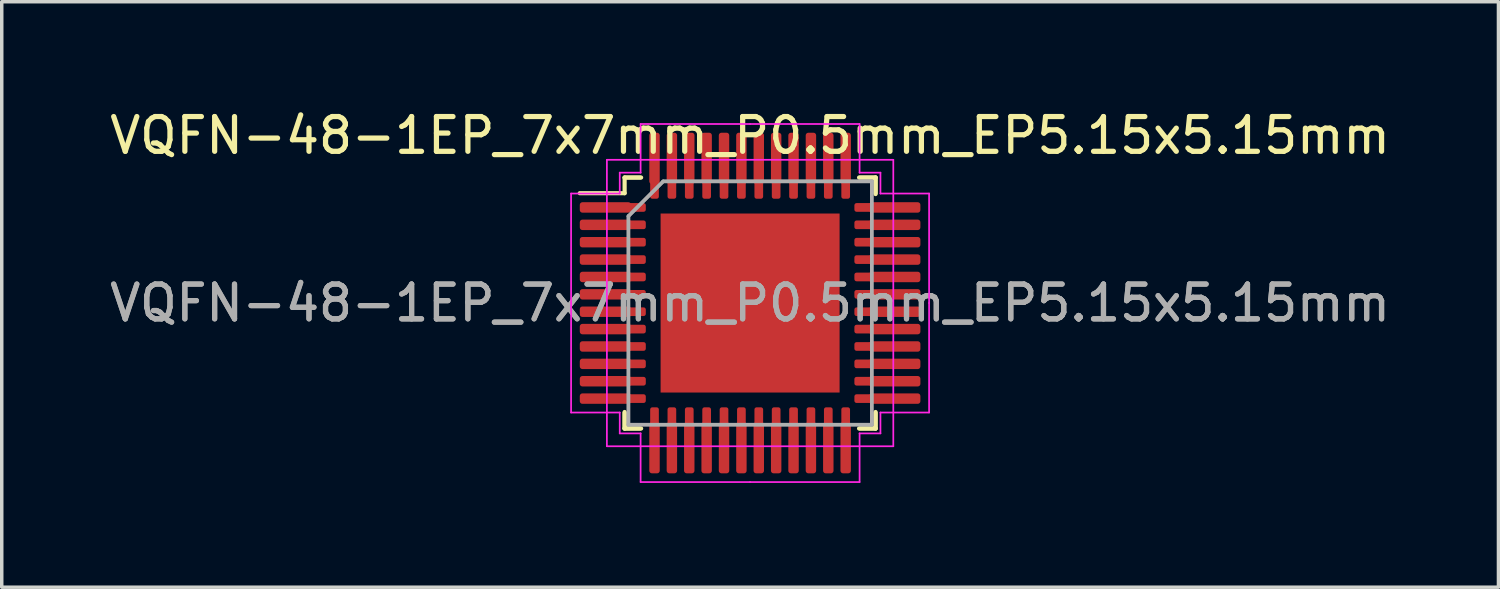
<source format=kicad_pcb>
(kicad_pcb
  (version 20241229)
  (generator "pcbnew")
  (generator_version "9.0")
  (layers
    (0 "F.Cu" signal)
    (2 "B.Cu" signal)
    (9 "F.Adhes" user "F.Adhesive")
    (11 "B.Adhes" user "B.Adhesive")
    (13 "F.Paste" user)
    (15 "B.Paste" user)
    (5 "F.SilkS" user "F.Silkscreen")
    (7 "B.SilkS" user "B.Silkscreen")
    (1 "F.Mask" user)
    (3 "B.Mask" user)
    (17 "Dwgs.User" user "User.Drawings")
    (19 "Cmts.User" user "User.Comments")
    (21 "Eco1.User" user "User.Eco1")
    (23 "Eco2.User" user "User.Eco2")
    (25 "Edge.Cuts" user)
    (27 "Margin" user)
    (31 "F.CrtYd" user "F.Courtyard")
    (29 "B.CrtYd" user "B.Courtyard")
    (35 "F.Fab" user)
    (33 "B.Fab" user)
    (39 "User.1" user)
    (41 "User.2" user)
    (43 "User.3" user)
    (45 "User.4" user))
  (footprint "VQFN-48-1EP_7x7mm_P0.5mm_EP5.15x5.15mm"
    (layer "F.Cu")
    (at 18.53 5.668)
    (property "Reference" "VQFN-48-1EP_7x7mm_P0.5mm_EP5.15x5.15mm" (at 0 -4.82 0) (layer "F.SilkS") (effects (font (size 1 1) (thickness 0.15))))
    (attr smd)
    (fp_line (start -3.61 -3.61) (end -3.61 -3.16) (stroke (width 0.12) (type solid)) (layer "F.SilkS"))
    (fp_line (start -3.61 -3.16) (end -4.9 -3.16) (stroke (width 0.12) (type solid)) (layer "F.SilkS"))
    (fp_line (start -3.61 3.61) (end -3.61 3.135) (stroke (width 0.12) (type solid)) (layer "F.SilkS"))
    (fp_line (start -3.61 3.61) (end -3.61 3.16) (stroke (width 0.12) (type solid)) (layer "F.SilkS"))
    (fp_line (start -3.16 -3.61) (end -3.61 -3.61) (stroke (width 0.12) (type solid)) (layer "F.SilkS"))
    (fp_line (start -3.16 3.61) (end -3.61 3.61) (stroke (width 0.12) (type solid)) (layer "F.SilkS"))
    (fp_line (start -3.135 -3.61) (end -3.61 -3.61) (stroke (width 0.12) (type solid)) (layer "F.SilkS"))
    (fp_line (start -3.135 3.61) (end -3.61 3.61) (stroke (width 0.12) (type solid)) (layer "F.SilkS"))
    (fp_line (start 3.135 -3.61) (end 3.61 -3.61) (stroke (width 0.12) (type solid)) (layer "F.SilkS"))
    (fp_line (start 3.135 3.61) (end 3.61 3.61) (stroke (width 0.12) (type solid)) (layer "F.SilkS"))
    (fp_line (start 3.16 -3.61) (end 3.61 -3.61) (stroke (width 0.12) (type solid)) (layer "F.SilkS"))
    (fp_line (start 3.16 3.61) (end 3.61 3.61) (stroke (width 0.12) (type solid)) (layer "F.SilkS"))
    (fp_line (start 3.61 -3.61) (end 3.61 -3.16) (stroke (width 0.12) (type solid)) (layer "F.SilkS"))
    (fp_line (start 3.61 -3.61) (end 3.61 -3.135) (stroke (width 0.12) (type solid)) (layer "F.SilkS"))
    (fp_line (start 3.61 3.61) (end 3.61 3.135) (stroke (width 0.12) (type solid)) (layer "F.SilkS"))
    (fp_line (start 3.61 3.61) (end 3.61 3.16) (stroke (width 0.12) (type solid)) (layer "F.SilkS"))
    (fp_line (start -5.15 -3.15) (end -5.15 0) (stroke (width 0.05) (type solid)) (layer "F.CrtYd"))
    (fp_line (start -5.15 3.15) (end -5.15 0) (stroke (width 0.05) (type solid)) (layer "F.CrtYd"))
    (fp_line (start -4.12 -4.12) (end -4.12 4.12) (stroke (width 0.05) (type solid)) (layer "F.CrtYd"))
    (fp_line (start -4.12 4.12) (end 4.12 4.12) (stroke (width 0.05) (type solid)) (layer "F.CrtYd"))
    (fp_line (start -3.75 -3.75) (end -3.75 -3.15) (stroke (width 0.05) (type solid)) (layer "F.CrtYd"))
    (fp_line (start -3.75 -3.15) (end -5.15 -3.15) (stroke (width 0.05) (type solid)) (layer "F.CrtYd"))
    (fp_line (start -3.75 3.15) (end -5.15 3.15) (stroke (width 0.05) (type solid)) (layer "F.CrtYd"))
    (fp_line (start -3.75 3.75) (end -3.75 3.15) (stroke (width 0.05) (type solid)) (layer "F.CrtYd"))
    (fp_line (start -3.15 -5.15) (end -3.15 -3.75) (stroke (width 0.05) (type solid)) (layer "F.CrtYd"))
    (fp_line (start -3.15 -3.75) (end -3.75 -3.75) (stroke (width 0.05) (type solid)) (layer "F.CrtYd"))
    (fp_line (start -3.15 3.75) (end -3.75 3.75) (stroke (width 0.05) (type solid)) (layer "F.CrtYd"))
    (fp_line (start -3.15 5.15) (end -3.15 3.75) (stroke (width 0.05) (type solid)) (layer "F.CrtYd"))
    (fp_line (start 0 -5.15) (end -3.15 -5.15) (stroke (width 0.05) (type solid)) (layer "F.CrtYd"))
    (fp_line (start 0 -5.15) (end 3.15 -5.15) (stroke (width 0.05) (type solid)) (layer "F.CrtYd"))
    (fp_line (start 0 5.15) (end -3.15 5.15) (stroke (width 0.05) (type solid)) (layer "F.CrtYd"))
    (fp_line (start 0 5.15) (end 3.15 5.15) (stroke (width 0.05) (type solid)) (layer "F.CrtYd"))
    (fp_line (start 3.15 -5.15) (end 3.15 -3.75) (stroke (width 0.05) (type solid)) (layer "F.CrtYd"))
    (fp_line (start 3.15 -3.75) (end 3.75 -3.75) (stroke (width 0.05) (type solid)) (layer "F.CrtYd"))
    (fp_line (start 3.15 3.75) (end 3.75 3.75) (stroke (width 0.05) (type solid)) (layer "F.CrtYd"))
    (fp_line (start 3.15 5.15) (end 3.15 3.75) (stroke (width 0.05) (type solid)) (layer "F.CrtYd"))
    (fp_line (start 3.75 -3.75) (end 3.75 -3.15) (stroke (width 0.05) (type solid)) (layer "F.CrtYd"))
    (fp_line (start 3.75 -3.15) (end 5.15 -3.15) (stroke (width 0.05) (type solid)) (layer "F.CrtYd"))
    (fp_line (start 3.75 3.15) (end 5.15 3.15) (stroke (width 0.05) (type solid)) (layer "F.CrtYd"))
    (fp_line (start 3.75 3.75) (end 3.75 3.15) (stroke (width 0.05) (type solid)) (layer "F.CrtYd"))
    (fp_line (start 4.12 -4.12) (end -4.12 -4.12) (stroke (width 0.05) (type solid)) (layer "F.CrtYd"))
    (fp_line (start 4.12 4.12) (end 4.12 -4.12) (stroke (width 0.05) (type solid)) (layer "F.CrtYd"))
    (fp_line (start 5.15 -3.15) (end 5.15 0) (stroke (width 0.05) (type solid)) (layer "F.CrtYd"))
    (fp_line (start 5.15 3.15) (end 5.15 0) (stroke (width 0.05) (type solid)) (layer "F.CrtYd"))
    (fp_line (start -3.5 -2.5) (end -2.5 -3.5) (stroke (width 0.1) (type solid)) (layer "F.Fab"))
    (fp_line (start -3.5 -2.5) (end -2.5 -3.5) (stroke (width 0.1) (type solid)) (layer "F.Fab"))
    (fp_line (start -3.5 3.5) (end -3.5 -2.5) (stroke (width 0.1) (type solid)) (layer "F.Fab"))
    (fp_line (start -3.5 3.5) (end -3.5 -2.5) (stroke (width 0.1) (type solid)) (layer "F.Fab"))
    (fp_line (start -2.5 -3.5) (end 3.5 -3.5) (stroke (width 0.1) (type solid)) (layer "F.Fab"))
    (fp_line (start -2.5 -3.5) (end 3.5 -3.5) (stroke (width 0.1) (type solid)) (layer "F.Fab"))
    (fp_line (start 3.5 -3.5) (end 3.5 3.5) (stroke (width 0.1) (type solid)) (layer "F.Fab"))
    (fp_line (start 3.5 -3.5) (end 3.5 3.5) (stroke (width 0.1) (type solid)) (layer "F.Fab"))
    (fp_line (start 3.5 3.5) (end -3.5 3.5) (stroke (width 0.1) (type solid)) (layer "F.Fab"))
    (fp_line (start 3.5 3.5) (end -3.5 3.5) (stroke (width 0.1) (type solid)) (layer "F.Fab"))
    (fp_text user "${REFERENCE}" (at 0 0 0) (layer "F.Fab") (effects (font (size 1 1) (thickness 0.15))))
    (fp_text user "${REFERENCE}" (at 0 0 0) (layer "F.Fab") (effects (font (size 1 1) (thickness 0.15))))
    (pad "" smd roundrect (at -1.29 -1.29) (size 2.08 2.08) (layers "F.Paste") (roundrect_rratio 0.12))
    (pad "" smd roundrect (at -1.29 1.29) (size 2.08 2.08) (layers "F.Paste") (roundrect_rratio 0.12))
    (pad "" smd roundrect (at 1.29 -1.29) (size 2.08 2.08) (layers "F.Paste") (roundrect_rratio 0.12))
    (pad "" smd roundrect (at 1.29 1.29) (size 2.08 2.08) (layers "F.Paste") (roundrect_rratio 0.12))
    (pad "1" smd roundrect (at -4.162 -2.75) (size 1.475 0.3) (layers "F.Cu" "F.Mask" "F.Paste") (roundrect_rratio 0.25))
    (pad "1" smd roundrect (at -3.438 -2.75) (size 0.875 0.25) (layers "F.Cu" "F.Mask" "F.Paste") (roundrect_rratio 0.25))
    (pad "2" smd roundrect (at -4.162 -2.25) (size 1.475 0.3) (layers "F.Cu" "F.Mask" "F.Paste") (roundrect_rratio 0.25))
    (pad "2" smd roundrect (at -3.438 -2.25) (size 0.875 0.25) (layers "F.Cu" "F.Mask" "F.Paste") (roundrect_rratio 0.25))
    (pad "3" smd roundrect (at -4.162 -1.75) (size 1.475 0.3) (layers "F.Cu" "F.Mask" "F.Paste") (roundrect_rratio 0.25))
    (pad "3" smd roundrect (at -3.438 -1.75) (size 0.875 0.25) (layers "F.Cu" "F.Mask" "F.Paste") (roundrect_rratio 0.25))
    (pad "4" smd roundrect (at -4.162 -1.25) (size 1.475 0.3) (layers "F.Cu" "F.Mask" "F.Paste") (roundrect_rratio 0.25))
    (pad "4" smd roundrect (at -3.438 -1.25) (size 0.875 0.25) (layers "F.Cu" "F.Mask" "F.Paste") (roundrect_rratio 0.25))
    (pad "5" smd roundrect (at -4.162 -0.75) (size 1.475 0.3) (layers "F.Cu" "F.Mask" "F.Paste") (roundrect_rratio 0.25))
    (pad "5" smd roundrect (at -3.438 -0.75) (size 0.875 0.25) (layers "F.Cu" "F.Mask" "F.Paste") (roundrect_rratio 0.25))
    (pad "6" smd roundrect (at -4.162 -0.25) (size 1.475 0.3) (layers "F.Cu" "F.Mask" "F.Paste") (roundrect_rratio 0.25))
    (pad "6" smd roundrect (at -3.438 -0.25) (size 0.875 0.25) (layers "F.Cu" "F.Mask" "F.Paste") (roundrect_rratio 0.25))
    (pad "7" smd roundrect (at -4.162 0.25) (size 1.475 0.3) (layers "F.Cu" "F.Mask" "F.Paste") (roundrect_rratio 0.25))
    (pad "7" smd roundrect (at -3.438 0.25) (size 0.875 0.25) (layers "F.Cu" "F.Mask" "F.Paste") (roundrect_rratio 0.25))
    (pad "8" smd roundrect (at -4.162 0.75) (size 1.475 0.3) (layers "F.Cu" "F.Mask" "F.Paste") (roundrect_rratio 0.25))
    (pad "8" smd roundrect (at -3.438 0.75) (size 0.875 0.25) (layers "F.Cu" "F.Mask" "F.Paste") (roundrect_rratio 0.25))
    (pad "9" smd roundrect (at -4.162 1.25) (size 1.475 0.3) (layers "F.Cu" "F.Mask" "F.Paste") (roundrect_rratio 0.25))
    (pad "9" smd roundrect (at -3.438 1.25) (size 0.875 0.25) (layers "F.Cu" "F.Mask" "F.Paste") (roundrect_rratio 0.25))
    (pad "10" smd roundrect (at -4.162 1.75) (size 1.475 0.3) (layers "F.Cu" "F.Mask" "F.Paste") (roundrect_rratio 0.25))
    (pad "10" smd roundrect (at -3.438 1.75) (size 0.875 0.25) (layers "F.Cu" "F.Mask" "F.Paste") (roundrect_rratio 0.25))
    (pad "11" smd roundrect (at -4.162 2.25) (size 1.475 0.3) (layers "F.Cu" "F.Mask" "F.Paste") (roundrect_rratio 0.25))
    (pad "11" smd roundrect (at -3.438 2.25) (size 0.875 0.25) (layers "F.Cu" "F.Mask" "F.Paste") (roundrect_rratio 0.25))
    (pad "12" smd roundrect (at -4.162 2.75) (size 1.475 0.3) (layers "F.Cu" "F.Mask" "F.Paste") (roundrect_rratio 0.25))
    (pad "12" smd roundrect (at -3.438 2.75) (size 0.875 0.25) (layers "F.Cu" "F.Mask" "F.Paste") (roundrect_rratio 0.25))
    (pad "13" smd roundrect (at -2.75 3.438) (size 0.25 0.875) (layers "F.Cu" "F.Mask" "F.Paste") (roundrect_rratio 0.25))
    (pad "13" smd roundrect (at -2.75 4.162) (size 0.3 1.475) (layers "F.Cu" "F.Mask" "F.Paste") (roundrect_rratio 0.25))
    (pad "14" smd roundrect (at -2.25 3.438) (size 0.25 0.875) (layers "F.Cu" "F.Mask" "F.Paste") (roundrect_rratio 0.25))
    (pad "14" smd roundrect (at -2.25 4.162) (size 0.3 1.475) (layers "F.Cu" "F.Mask" "F.Paste") (roundrect_rratio 0.25))
    (pad "15" smd roundrect (at -1.75 3.438) (size 0.25 0.875) (layers "F.Cu" "F.Mask" "F.Paste") (roundrect_rratio 0.25))
    (pad "15" smd roundrect (at -1.75 4.162) (size 0.3 1.475) (layers "F.Cu" "F.Mask" "F.Paste") (roundrect_rratio 0.25))
    (pad "16" smd roundrect (at -1.25 3.438) (size 0.25 0.875) (layers "F.Cu" "F.Mask" "F.Paste") (roundrect_rratio 0.25))
    (pad "16" smd roundrect (at -1.25 4.162) (size 0.3 1.475) (layers "F.Cu" "F.Mask" "F.Paste") (roundrect_rratio 0.25))
    (pad "17" smd roundrect (at -0.75 3.438) (size 0.25 0.875) (layers "F.Cu" "F.Mask" "F.Paste") (roundrect_rratio 0.25))
    (pad "17" smd roundrect (at -0.75 4.162) (size 0.3 1.475) (layers "F.Cu" "F.Mask" "F.Paste") (roundrect_rratio 0.25))
    (pad "18" smd roundrect (at -0.25 3.438) (size 0.25 0.875) (layers "F.Cu" "F.Mask" "F.Paste") (roundrect_rratio 0.25))
    (pad "18" smd roundrect (at -0.25 4.162) (size 0.3 1.475) (layers "F.Cu" "F.Mask" "F.Paste") (roundrect_rratio 0.25))
    (pad "19" smd roundrect (at 0.25 3.438) (size 0.25 0.875) (layers "F.Cu" "F.Mask" "F.Paste") (roundrect_rratio 0.25))
    (pad "19" smd roundrect (at 0.25 4.162) (size 0.3 1.475) (layers "F.Cu" "F.Mask" "F.Paste") (roundrect_rratio 0.25))
    (pad "20" smd roundrect (at 0.75 3.438) (size 0.25 0.875) (layers "F.Cu" "F.Mask" "F.Paste") (roundrect_rratio 0.25))
    (pad "20" smd roundrect (at 0.75 4.162) (size 0.3 1.475) (layers "F.Cu" "F.Mask" "F.Paste") (roundrect_rratio 0.25))
    (pad "21" smd roundrect (at 1.25 3.438) (size 0.25 0.875) (layers "F.Cu" "F.Mask" "F.Paste") (roundrect_rratio 0.25))
    (pad "21" smd roundrect (at 1.25 4.162) (size 0.3 1.475) (layers "F.Cu" "F.Mask" "F.Paste") (roundrect_rratio 0.25))
    (pad "22" smd roundrect (at 1.75 3.438) (size 0.25 0.875) (layers "F.Cu" "F.Mask" "F.Paste") (roundrect_rratio 0.25))
    (pad "22" smd roundrect (at 1.75 4.162) (size 0.3 1.475) (layers "F.Cu" "F.Mask" "F.Paste") (roundrect_rratio 0.25))
    (pad "23" smd roundrect (at 2.25 3.438) (size 0.25 0.875) (layers "F.Cu" "F.Mask" "F.Paste") (roundrect_rratio 0.25))
    (pad "23" smd roundrect (at 2.25 4.162) (size 0.3 1.475) (layers "F.Cu" "F.Mask" "F.Paste") (roundrect_rratio 0.25))
    (pad "24" smd roundrect (at 2.75 3.438) (size 0.25 0.875) (layers "F.Cu" "F.Mask" "F.Paste") (roundrect_rratio 0.25))
    (pad "24" smd roundrect (at 2.75 4.162) (size 0.3 1.475) (layers "F.Cu" "F.Mask" "F.Paste") (roundrect_rratio 0.25))
    (pad "25" smd roundrect (at 3.438 2.75) (size 0.875 0.25) (layers "F.Cu" "F.Mask" "F.Paste") (roundrect_rratio 0.25))
    (pad "25" smd roundrect (at 4.162 2.75) (size 1.475 0.3) (layers "F.Cu" "F.Mask" "F.Paste") (roundrect_rratio 0.25))
    (pad "26" smd roundrect (at 3.438 2.25) (size 0.875 0.25) (layers "F.Cu" "F.Mask" "F.Paste") (roundrect_rratio 0.25))
    (pad "26" smd roundrect (at 4.162 2.25) (size 1.475 0.3) (layers "F.Cu" "F.Mask" "F.Paste") (roundrect_rratio 0.25))
    (pad "27" smd roundrect (at 3.438 1.75) (size 0.875 0.25) (layers "F.Cu" "F.Mask" "F.Paste") (roundrect_rratio 0.25))
    (pad "27" smd roundrect (at 4.162 1.75) (size 1.475 0.3) (layers "F.Cu" "F.Mask" "F.Paste") (roundrect_rratio 0.25))
    (pad "28" smd roundrect (at 3.438 1.25) (size 0.875 0.25) (layers "F.Cu" "F.Mask" "F.Paste") (roundrect_rratio 0.25))
    (pad "28" smd roundrect (at 4.162 1.25) (size 1.475 0.3) (layers "F.Cu" "F.Mask" "F.Paste") (roundrect_rratio 0.25))
    (pad "29" smd roundrect (at 3.438 0.75) (size 0.875 0.25) (layers "F.Cu" "F.Mask" "F.Paste") (roundrect_rratio 0.25))
    (pad "29" smd roundrect (at 4.162 0.75) (size 1.475 0.3) (layers "F.Cu" "F.Mask" "F.Paste") (roundrect_rratio 0.25))
    (pad "30" smd roundrect (at 3.438 0.25) (size 0.875 0.25) (layers "F.Cu" "F.Mask" "F.Paste") (roundrect_rratio 0.25))
    (pad "30" smd roundrect (at 4.162 0.25) (size 1.475 0.3) (layers "F.Cu" "F.Mask" "F.Paste") (roundrect_rratio 0.25))
    (pad "31" smd roundrect (at 3.438 -0.25) (size 0.875 0.25) (layers "F.Cu" "F.Mask" "F.Paste") (roundrect_rratio 0.25))
    (pad "31" smd roundrect (at 4.162 -0.25) (size 1.475 0.3) (layers "F.Cu" "F.Mask" "F.Paste") (roundrect_rratio 0.25))
    (pad "32" smd roundrect (at 3.438 -0.75) (size 0.875 0.25) (layers "F.Cu" "F.Mask" "F.Paste") (roundrect_rratio 0.25))
    (pad "32" smd roundrect (at 4.162 -0.75) (size 1.475 0.3) (layers "F.Cu" "F.Mask" "F.Paste") (roundrect_rratio 0.25))
    (pad "33" smd roundrect (at 3.438 -1.25) (size 0.875 0.25) (layers "F.Cu" "F.Mask" "F.Paste") (roundrect_rratio 0.25))
    (pad "33" smd roundrect (at 4.162 -1.25) (size 1.475 0.3) (layers "F.Cu" "F.Mask" "F.Paste") (roundrect_rratio 0.25))
    (pad "34" smd roundrect (at 3.438 -1.75) (size 0.875 0.25) (layers "F.Cu" "F.Mask" "F.Paste") (roundrect_rratio 0.25))
    (pad "34" smd roundrect (at 4.162 -1.75) (size 1.475 0.3) (layers "F.Cu" "F.Mask" "F.Paste") (roundrect_rratio 0.25))
    (pad "35" smd roundrect (at 3.438 -2.25) (size 0.875 0.25) (layers "F.Cu" "F.Mask" "F.Paste") (roundrect_rratio 0.25))
    (pad "35" smd roundrect (at 4.162 -2.25) (size 1.475 0.3) (layers "F.Cu" "F.Mask" "F.Paste") (roundrect_rratio 0.25))
    (pad "36" smd roundrect (at 3.438 -2.75) (size 0.875 0.25) (layers "F.Cu" "F.Mask" "F.Paste") (roundrect_rratio 0.25))
    (pad "36" smd roundrect (at 4.162 -2.75) (size 1.475 0.3) (layers "F.Cu" "F.Mask" "F.Paste") (roundrect_rratio 0.25))
    (pad "37" smd roundrect (at 2.75 -4.162) (size 0.3 1.475) (layers "F.Cu" "F.Mask" "F.Paste") (roundrect_rratio 0.25))
    (pad "37" smd roundrect (at 2.75 -3.438) (size 0.25 0.875) (layers "F.Cu" "F.Mask" "F.Paste") (roundrect_rratio 0.25))
    (pad "38" smd roundrect (at 2.25 -4.162) (size 0.3 1.475) (layers "F.Cu" "F.Mask" "F.Paste") (roundrect_rratio 0.25))
    (pad "38" smd roundrect (at 2.25 -3.438) (size 0.25 0.875) (layers "F.Cu" "F.Mask" "F.Paste") (roundrect_rratio 0.25))
    (pad "39" smd roundrect (at 1.75 -4.162) (size 0.3 1.475) (layers "F.Cu" "F.Mask" "F.Paste") (roundrect_rratio 0.25))
    (pad "39" smd roundrect (at 1.75 -3.438) (size 0.25 0.875) (layers "F.Cu" "F.Mask" "F.Paste") (roundrect_rratio 0.25))
    (pad "40" smd roundrect (at 1.25 -4.162) (size 0.3 1.475) (layers "F.Cu" "F.Mask" "F.Paste") (roundrect_rratio 0.25))
    (pad "40" smd roundrect (at 1.25 -3.438) (size 0.25 0.875) (layers "F.Cu" "F.Mask" "F.Paste") (roundrect_rratio 0.25))
    (pad "41" smd roundrect (at 0.75 -4.162) (size 0.3 1.475) (layers "F.Cu" "F.Mask" "F.Paste") (roundrect_rratio 0.25))
    (pad "41" smd roundrect (at 0.75 -3.438) (size 0.25 0.875) (layers "F.Cu" "F.Mask" "F.Paste") (roundrect_rratio 0.25))
    (pad "42" smd roundrect (at 0.25 -4.162) (size 0.3 1.475) (layers "F.Cu" "F.Mask" "F.Paste") (roundrect_rratio 0.25))
    (pad "42" smd roundrect (at 0.25 -3.438) (size 0.25 0.875) (layers "F.Cu" "F.Mask" "F.Paste") (roundrect_rratio 0.25))
    (pad "43" smd roundrect (at -0.25 -4.162) (size 0.3 1.475) (layers "F.Cu" "F.Mask" "F.Paste") (roundrect_rratio 0.25))
    (pad "43" smd roundrect (at -0.25 -3.438) (size 0.25 0.875) (layers "F.Cu" "F.Mask" "F.Paste") (roundrect_rratio 0.25))
    (pad "44" smd roundrect (at -0.75 -4.162) (size 0.3 1.475) (layers "F.Cu" "F.Mask" "F.Paste") (roundrect_rratio 0.25))
    (pad "44" smd roundrect (at -0.75 -3.438) (size 0.25 0.875) (layers "F.Cu" "F.Mask" "F.Paste") (roundrect_rratio 0.25))
    (pad "45" smd roundrect (at -1.25 -4.162) (size 0.3 1.475) (layers "F.Cu" "F.Mask" "F.Paste") (roundrect_rratio 0.25))
    (pad "45" smd roundrect (at -1.25 -3.438) (size 0.25 0.875) (layers "F.Cu" "F.Mask" "F.Paste") (roundrect_rratio 0.25))
    (pad "46" smd roundrect (at -1.75 -4.162) (size 0.3 1.475) (layers "F.Cu" "F.Mask" "F.Paste") (roundrect_rratio 0.25))
    (pad "46" smd roundrect (at -1.75 -3.438) (size 0.25 0.875) (layers "F.Cu" "F.Mask" "F.Paste") (roundrect_rratio 0.25))
    (pad "47" smd roundrect (at -2.25 -4.162) (size 0.3 1.475) (layers "F.Cu" "F.Mask" "F.Paste") (roundrect_rratio 0.25))
    (pad "47" smd roundrect (at -2.25 -3.438) (size 0.25 0.875) (layers "F.Cu" "F.Mask" "F.Paste") (roundrect_rratio 0.25))
    (pad "48" smd roundrect (at -2.75 -4.162) (size 0.3 1.475) (layers "F.Cu" "F.Mask" "F.Paste") (roundrect_rratio 0.25))
    (pad "48" smd roundrect (at -2.75 -3.438) (size 0.25 0.875) (layers "F.Cu" "F.Mask" "F.Paste") (roundrect_rratio 0.25))
    (pad "49" smd rect (at 0 0) (size 5.15 5.15) (layers "F.Cu" "F.Mask")))
  (gr_rect
    (start -3 -3)
    (end 40.06 13.843)
    (stroke (width 0.1) (type default))
    (fill no)
    (layer "Edge.Cuts")))
</source>
